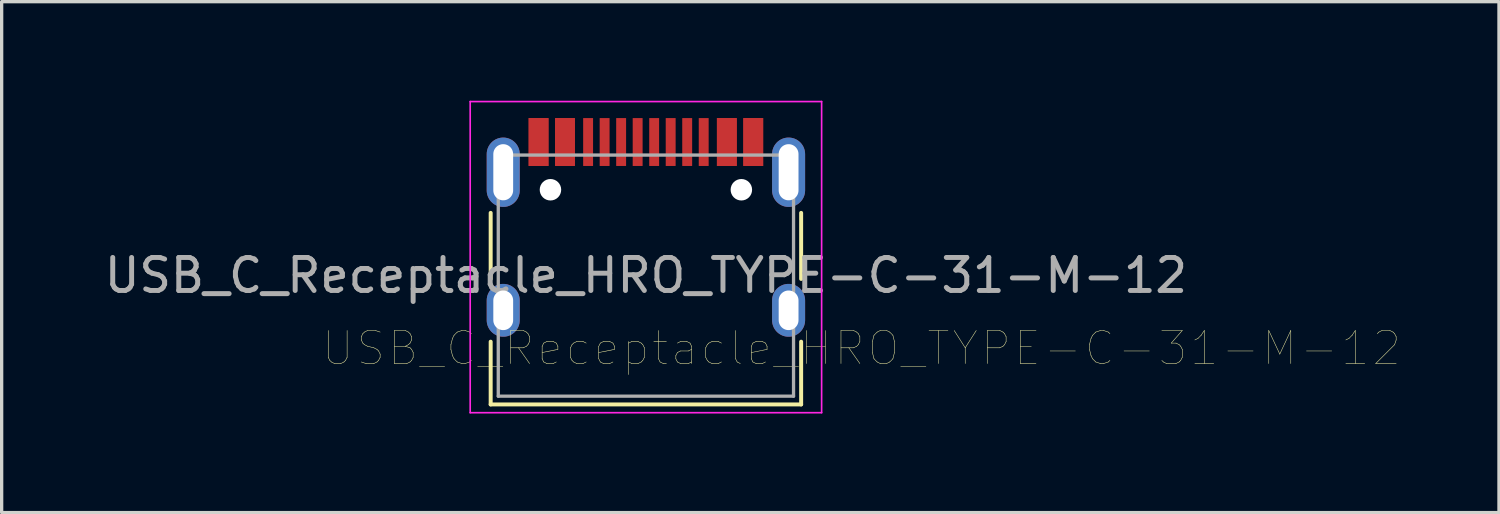
<source format=kicad_pcb>
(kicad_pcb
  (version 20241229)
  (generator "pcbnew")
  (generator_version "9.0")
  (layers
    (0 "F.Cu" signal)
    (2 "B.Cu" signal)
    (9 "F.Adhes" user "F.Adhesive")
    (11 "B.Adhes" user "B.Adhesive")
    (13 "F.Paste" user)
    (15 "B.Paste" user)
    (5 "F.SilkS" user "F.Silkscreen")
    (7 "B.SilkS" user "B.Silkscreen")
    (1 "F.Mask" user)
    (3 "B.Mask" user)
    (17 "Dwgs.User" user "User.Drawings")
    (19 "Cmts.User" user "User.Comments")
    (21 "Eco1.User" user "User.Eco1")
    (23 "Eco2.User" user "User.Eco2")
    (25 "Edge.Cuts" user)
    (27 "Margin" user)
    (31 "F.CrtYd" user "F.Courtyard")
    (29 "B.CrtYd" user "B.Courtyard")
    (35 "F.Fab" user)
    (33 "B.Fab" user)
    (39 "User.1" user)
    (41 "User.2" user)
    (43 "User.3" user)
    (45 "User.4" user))
  (footprint "USB_C_Receptacle_HRO_TYPE-C-31-M-12"
    (layer "F.Cu")
    (at 16.506 5.295)
    (property "Reference" "USB_C_Receptacle_HRO_TYPE-C-31-M-12" (at 6.525 2.2 180) (layer "F.SilkS") (effects (font (size 1 1) (thickness 0.015))))
    (attr smd)
    (fp_line (start -4.7 -1.9) (end -4.7 0.1) (stroke (width 0.12) (type solid)) (layer "F.SilkS"))
    (fp_line (start -4.7 2) (end -4.7 3.9) (stroke (width 0.12) (type solid)) (layer "F.SilkS"))
    (fp_line (start -4.7 3.9) (end 4.7 3.9) (stroke (width 0.12) (type solid)) (layer "F.SilkS"))
    (fp_line (start 4.7 -1.9) (end 4.7 0.1) (stroke (width 0.12) (type solid)) (layer "F.SilkS"))
    (fp_line (start 4.7 2) (end 4.7 3.9) (stroke (width 0.12) (type solid)) (layer "F.SilkS"))
    (fp_line (start -5.32 -5.27) (end -5.32 4.15) (stroke (width 0.05) (type solid)) (layer "F.CrtYd"))
    (fp_line (start -5.32 -5.27) (end 5.32 -5.27) (stroke (width 0.05) (type solid)) (layer "F.CrtYd"))
    (fp_line (start -5.32 4.15) (end 5.32 4.15) (stroke (width 0.05) (type solid)) (layer "F.CrtYd"))
    (fp_line (start 5.32 -5.27) (end 5.32 4.15) (stroke (width 0.05) (type solid)) (layer "F.CrtYd"))
    (fp_line (start -4.47 -3.65) (end -4.47 3.65) (stroke (width 0.1) (type solid)) (layer "F.Fab"))
    (fp_line (start -4.47 -3.65) (end 4.47 -3.65) (stroke (width 0.1) (type solid)) (layer "F.Fab"))
    (fp_line (start -4.47 3.65) (end 4.47 3.65) (stroke (width 0.1) (type solid)) (layer "F.Fab"))
    (fp_line (start 4.47 -3.65) (end 4.47 3.65) (stroke (width 0.1) (type solid)) (layer "F.Fab"))
    (fp_text user "${REFERENCE}" (at 0 -0.005 180) (layer "F.Fab") (effects (font (size 1 1) (thickness 0.15))))
    (pad "" np_thru_hole circle (at -2.89 -2.6) (size 0.65 0.65) (drill 0.65) (layers "*.Cu" "*.Mask"))
    (pad "" np_thru_hole circle (at 2.89 -2.6) (size 0.65 0.65) (drill 0.65) (layers "*.Cu" "*.Mask"))
    (pad "A1" smd rect (at -3.25 -4.045) (size 0.6 1.45) (layers "F.Cu" "F.Mask" "F.Paste"))
    (pad "A4" smd rect (at -2.45 -4.045) (size 0.6 1.45) (layers "F.Cu" "F.Mask" "F.Paste"))
    (pad "A5" smd rect (at -1.25 -4.045) (size 0.3 1.45) (layers "F.Cu" "F.Mask" "F.Paste"))
    (pad "A6" smd rect (at -0.25 -4.045) (size 0.3 1.45) (layers "F.Cu" "F.Mask" "F.Paste"))
    (pad "A7" smd rect (at 0.25 -4.045) (size 0.3 1.45) (layers "F.Cu" "F.Mask" "F.Paste"))
    (pad "A8" smd rect (at 1.25 -4.045) (size 0.3 1.45) (layers "F.Cu" "F.Mask" "F.Paste"))
    (pad "A9" smd rect (at 2.45 -4.045) (size 0.6 1.45) (layers "F.Cu" "F.Mask" "F.Paste"))
    (pad "A12" smd rect (at 3.25 -4.045) (size 0.6 1.45) (layers "F.Cu" "F.Mask" "F.Paste"))
    (pad "B1" smd rect (at 3.25 -4.045) (size 0.6 1.45) (layers "F.Cu" "F.Mask" "F.Paste"))
    (pad "B4" smd rect (at 2.45 -4.045) (size 0.6 1.45) (layers "F.Cu" "F.Mask" "F.Paste"))
    (pad "B5" smd rect (at 1.75 -4.045) (size 0.3 1.45) (layers "F.Cu" "F.Mask" "F.Paste"))
    (pad "B6" smd rect (at 0.75 -4.045) (size 0.3 1.45) (layers "F.Cu" "F.Mask" "F.Paste"))
    (pad "B7" smd rect (at -0.75 -4.045) (size 0.3 1.45) (layers "F.Cu" "F.Mask" "F.Paste"))
    (pad "B8" smd rect (at -1.75 -4.045) (size 0.3 1.45) (layers "F.Cu" "F.Mask" "F.Paste"))
    (pad "B9" smd rect (at -2.45 -4.045) (size 0.6 1.45) (layers "F.Cu" "F.Mask" "F.Paste"))
    (pad "B12" smd rect (at -3.25 -4.045) (size 0.6 1.45) (layers "F.Cu" "F.Mask" "F.Paste"))
    (pad "S1" thru_hole oval (at -4.32 -3.13) (size 1 2.1) (drill oval 0.6 1.7) (layers "*.Cu" "*.Mask"))
    (pad "S1" thru_hole oval (at -4.32 1.05) (size 1 1.6) (drill oval 0.6 1.2) (layers "*.Cu" "*.Mask"))
    (pad "S1" thru_hole oval (at 4.32 -3.13) (size 1 2.1) (drill oval 0.6 1.7) (layers "*.Cu" "*.Mask"))
    (pad "S1" thru_hole oval (at 4.32 1.05) (size 1 1.6) (drill oval 0.6 1.2) (layers "*.Cu" "*.Mask")))
  (gr_rect
    (start -3 -3)
    (end 42.334 12.47)
    (stroke (width 0.1) (type default))
    (fill no)
    (layer "Edge.Cuts")))
</source>
